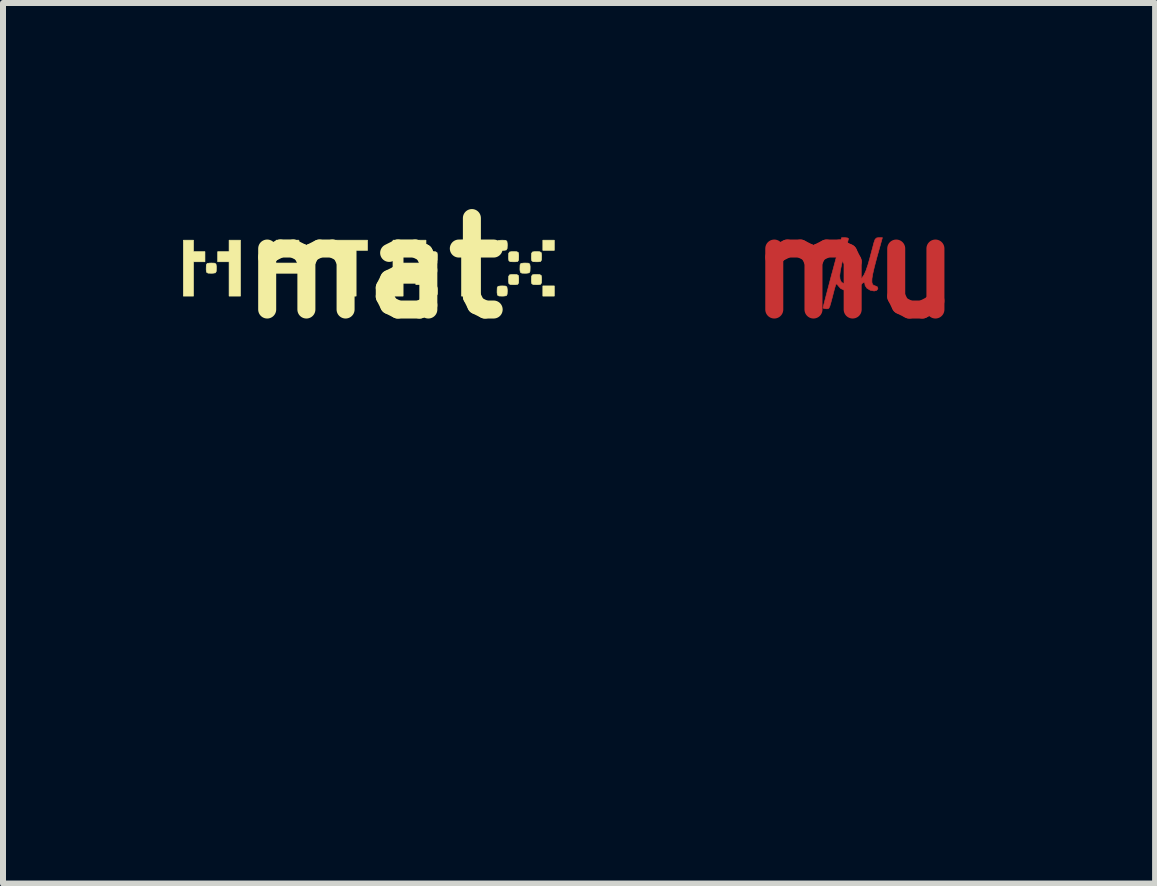
<source format=kicad_pcb>
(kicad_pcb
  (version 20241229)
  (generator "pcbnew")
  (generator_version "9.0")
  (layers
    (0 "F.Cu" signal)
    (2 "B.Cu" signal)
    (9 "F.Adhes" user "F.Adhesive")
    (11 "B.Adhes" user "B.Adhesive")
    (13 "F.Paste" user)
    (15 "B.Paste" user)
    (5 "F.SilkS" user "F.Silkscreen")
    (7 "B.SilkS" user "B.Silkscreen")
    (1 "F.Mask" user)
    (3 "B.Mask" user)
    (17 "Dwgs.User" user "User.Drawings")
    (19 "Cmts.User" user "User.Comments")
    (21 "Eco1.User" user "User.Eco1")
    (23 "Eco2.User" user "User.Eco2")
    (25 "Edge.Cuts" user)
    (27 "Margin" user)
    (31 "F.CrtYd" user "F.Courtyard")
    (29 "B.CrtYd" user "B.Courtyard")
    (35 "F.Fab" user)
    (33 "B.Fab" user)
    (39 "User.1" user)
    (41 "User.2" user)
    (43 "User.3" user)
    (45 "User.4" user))
  (footprint "mu_mask"
    (layer "F.Cu")
    (at 5.523 7.254)
    (property "Reference" "mu_mask" (at 0 0 0) (layer "F.Mask") (effects (font (size 1.524 1.524) (thickness 0.3))))
    (attr through_hole)
    (fp_poly (pts (xy 0.366 -0.175) (xy 0.326 -0.023) (xy 0.299 0.093) (xy 0.285 0.177) (xy 0.284 0.235) (xy 0.295 0.271) (xy 0.318 0.289) (xy 0.333 0.293) (xy 0.374 0.311) (xy 0.384 0.342) (xy 0.364 0.37) (xy 0.322 0.381) (xy 0.256 0.368) (xy 0.201 0.334) (xy 0.171 0.289) (xy 0.169 0.274) (xy 0.163 0.241) (xy 0.143 0.239) (xy 0.103 0.27) (xy 0.077 0.296) (xy 0.002 0.35) (xy -0.082 0.375) (xy -0.165 0.372) (xy -0.235 0.34) (xy -0.268 0.304) (xy -0.295 0.271) (xy -0.311 0.262) (xy -0.321 0.286) (xy -0.337 0.338) (xy -0.352 0.395) (xy -0.381 0.507) (xy -0.402 0.585) (xy -0.417 0.635) (xy -0.43 0.662) (xy -0.444 0.675) (xy -0.461 0.677) (xy -0.477 0.677) (xy -0.517 0.672) (xy -0.53 0.661) (xy -0.525 0.638) (xy -0.51 0.578) (xy -0.487 0.489) (xy -0.457 0.374) (xy -0.422 0.241) (xy -0.383 0.092) (xy -0.376 0.069) (xy -0.222 -0.507) (xy -0.164 -0.508) (xy -0.122 -0.503) (xy -0.106 -0.492) (xy -0.112 -0.467) (xy -0.126 -0.409) (xy -0.149 -0.327) (xy -0.176 -0.229) (xy -0.18 -0.213) (xy -0.219 -0.068) (xy -0.242 0.044) (xy -0.252 0.126) (xy -0.247 0.185) (xy -0.228 0.226) (xy -0.215 0.24) (xy -0.153 0.271) (xy -0.074 0.275) (xy 0.007 0.253) (xy 0.063 0.22) (xy 0.111 0.172) (xy 0.151 0.116) (xy 0.185 0.042) (xy 0.219 -0.059) (xy 0.247 -0.157) (xy 0.272 -0.253) (xy 0.296 -0.342) (xy 0.314 -0.411) (xy 0.319 -0.429) (xy 0.338 -0.481) (xy 0.364 -0.504) (xy 0.4 -0.508) (xy 0.459 -0.508) (xy 0.366 -0.175)) (stroke (width 0.01) (type solid)) (fill yes) (layer "F.Mask")))
  (footprint "mu"
    (layer "F.Cu")
    (at 11.194 1.418)
    (property "Reference" "mu" (at 0 0 0) (layer "F.Cu") (effects (font (size 1.524 1.524) (thickness 0.3))))
    (attr through_hole)
    (fp_poly (pts (xy 0.366 -0.175) (xy 0.326 -0.023) (xy 0.299 0.093) (xy 0.285 0.177) (xy 0.284 0.235) (xy 0.295 0.271) (xy 0.318 0.289) (xy 0.333 0.293) (xy 0.374 0.311) (xy 0.384 0.342) (xy 0.364 0.37) (xy 0.322 0.381) (xy 0.256 0.368) (xy 0.201 0.334) (xy 0.171 0.289) (xy 0.169 0.274) (xy 0.163 0.241) (xy 0.143 0.239) (xy 0.103 0.27) (xy 0.077 0.296) (xy 0.002 0.35) (xy -0.082 0.375) (xy -0.165 0.372) (xy -0.235 0.34) (xy -0.268 0.304) (xy -0.295 0.271) (xy -0.311 0.262) (xy -0.321 0.286) (xy -0.337 0.338) (xy -0.352 0.395) (xy -0.381 0.507) (xy -0.402 0.585) (xy -0.417 0.635) (xy -0.43 0.662) (xy -0.444 0.675) (xy -0.461 0.677) (xy -0.477 0.677) (xy -0.517 0.672) (xy -0.53 0.661) (xy -0.525 0.638) (xy -0.51 0.578) (xy -0.487 0.489) (xy -0.457 0.374) (xy -0.422 0.241) (xy -0.383 0.092) (xy -0.376 0.069) (xy -0.222 -0.507) (xy -0.164 -0.508) (xy -0.122 -0.503) (xy -0.106 -0.492) (xy -0.112 -0.467) (xy -0.126 -0.409) (xy -0.149 -0.327) (xy -0.176 -0.229) (xy -0.18 -0.213) (xy -0.219 -0.068) (xy -0.242 0.044) (xy -0.252 0.126) (xy -0.247 0.185) (xy -0.228 0.226) (xy -0.215 0.24) (xy -0.153 0.271) (xy -0.074 0.275) (xy 0.007 0.253) (xy 0.063 0.22) (xy 0.111 0.172) (xy 0.151 0.116) (xy 0.185 0.042) (xy 0.219 -0.059) (xy 0.247 -0.157) (xy 0.272 -0.253) (xy 0.296 -0.342) (xy 0.314 -0.411) (xy 0.319 -0.429) (xy 0.338 -0.481) (xy 0.364 -0.504) (xy 0.4 -0.508) (xy 0.459 -0.508) (xy 0.366 -0.175)) (stroke (width 0.01) (type solid)) (fill yes) (layer "F.Cu")))
  (footprint "mat"
    (layer "F.Cu")
    (at 3.18 1.418)
    (property "Reference" "mat" (at 0 0 0) (layer "F.SilkS") (effects (font (size 1.524 1.524) (thickness 0.3))))
    (attr through_hole)
    (fp_poly (pts (xy -1.249 -0.296) (xy -1.63 -0.296) (xy -1.63 -0.466) (xy -1.249 -0.466) (xy -1.249 -0.296)) (stroke (width 0.01) (type solid)) (fill yes) (layer "F.SilkS"))
    (fp_poly (pts (xy 1.651 0.466) (xy 1.46 0.466) (xy 1.46 -0.466) (xy 1.651 -0.466) (xy 1.651 0.466)) (stroke (width 0.01) (type solid)) (fill yes) (layer "F.SilkS"))
    (fp_poly (pts (xy 3.006 -0.296) (xy 2.815 -0.296) (xy 2.815 -0.466) (xy 3.006 -0.466) (xy 3.006 -0.296)) (stroke (width 0.01) (type solid)) (fill yes) (layer "F.SilkS"))
    (fp_poly (pts (xy 3.006 0.466) (xy 2.815 0.466) (xy 2.815 0.296) (xy 3.006 0.296) (xy 3.006 0.466)) (stroke (width 0.01) (type solid)) (fill yes) (layer "F.SilkS"))
    (fp_poly (pts (xy -3.006 -0.275) (xy -2.815 -0.275) (xy -2.815 -0.106) (xy -3.006 -0.106) (xy -3.006 0.466) (xy -3.175 0.466) (xy -3.175 -0.466) (xy -3.006 -0.466) (xy -3.006 -0.275)) (stroke (width 0.01) (type solid)) (fill yes) (layer "F.SilkS"))
    (fp_poly (pts (xy -2.223 0.466) (xy -2.413 0.466) (xy -2.413 -0.106) (xy -2.603 -0.106) (xy -2.603 -0.275) (xy -2.413 -0.275) (xy -2.413 -0.466) (xy -2.223 -0.466) (xy -2.223 0.466)) (stroke (width 0.01) (type solid)) (fill yes) (layer "F.SilkS"))
    (fp_poly (pts (xy -0.106 -0.296) (xy -0.296 -0.296) (xy -0.296 0.466) (xy -0.466 0.466) (xy -0.466 -0.296) (xy -0.656 -0.296) (xy -0.656 -0.466) (xy -0.106 -0.466) (xy -0.106 -0.296)) (stroke (width 0.01) (type solid)) (fill yes) (layer "F.SilkS"))
    (fp_poly (pts (xy -1.651 -0.085) (xy -1.228 -0.085) (xy -1.228 -0.275) (xy -1.058 -0.275) (xy -1.058 0.466) (xy -1.228 0.466) (xy -1.228 0.085) (xy -1.651 0.085) (xy -1.651 0.466) (xy -1.82 0.466) (xy -1.82 -0.275) (xy -1.651 -0.275) (xy -1.651 -0.085)) (stroke (width 0.01) (type solid)) (fill yes) (layer "F.SilkS"))
    (fp_poly (pts (xy 0.868 -0.296) (xy 0.487 -0.296) (xy 0.487 -0.085) (xy 0.868 -0.085) (xy 0.868 0.275) (xy 0.699 0.275) (xy 0.699 0.085) (xy 0.487 0.085) (xy 0.487 0.466) (xy 0.318 0.466) (xy 0.318 -0.466) (xy 0.868 -0.466) (xy 0.868 -0.296)) (stroke (width 0.01) (type solid)) (fill yes) (layer "F.SilkS"))
    (fp_poly (pts (xy -2.655 -0.083) (xy -2.631 -0.068) (xy -2.625 -0.03) (xy -2.625 0) (xy -2.627 0.054) (xy -2.641 0.078) (xy -2.68 0.084) (xy -2.709 0.085) (xy -2.764 0.083) (xy -2.788 0.068) (xy -2.794 0.03) (xy -2.794 0) (xy -2.792 -0.054) (xy -2.778 -0.078) (xy -2.739 -0.084) (xy -2.709 -0.085) (xy -2.655 -0.083)) (stroke (width 0.01) (type solid)) (fill yes) (layer "F.SilkS"))
    (fp_poly (pts (xy 1.028 -0.273) (xy 1.052 -0.259) (xy 1.058 -0.22) (xy 1.058 -0.191) (xy 1.056 -0.136) (xy 1.042 -0.112) (xy 1.003 -0.106) (xy 0.974 -0.106) (xy 0.919 -0.108) (xy 0.895 -0.122) (xy 0.889 -0.161) (xy 0.889 -0.191) (xy 0.891 -0.245) (xy 0.905 -0.269) (xy 0.944 -0.275) (xy 0.974 -0.275) (xy 1.028 -0.273)) (stroke (width 0.01) (type solid)) (fill yes) (layer "F.SilkS"))
    (fp_poly (pts (xy 1.028 0.298) (xy 1.052 0.313) (xy 1.058 0.351) (xy 1.058 0.381) (xy 1.056 0.435) (xy 1.042 0.459) (xy 1.003 0.465) (xy 0.974 0.466) (xy 0.919 0.464) (xy 0.895 0.449) (xy 0.889 0.411) (xy 0.889 0.381) (xy 0.891 0.327) (xy 0.905 0.303) (xy 0.944 0.297) (xy 0.974 0.296) (xy 1.028 0.298)) (stroke (width 0.01) (type solid)) (fill yes) (layer "F.SilkS"))
    (fp_poly (pts (xy 2.192 -0.464) (xy 2.216 -0.449) (xy 2.222 -0.411) (xy 2.223 -0.381) (xy 2.22 -0.327) (xy 2.206 -0.303) (xy 2.168 -0.297) (xy 2.138 -0.296) (xy 2.084 -0.298) (xy 2.06 -0.313) (xy 2.053 -0.351) (xy 2.053 -0.381) (xy 2.055 -0.435) (xy 2.069 -0.459) (xy 2.108 -0.465) (xy 2.138 -0.466) (xy 2.192 -0.464)) (stroke (width 0.01) (type solid)) (fill yes) (layer "F.SilkS"))
    (fp_poly (pts (xy 2.192 0.298) (xy 2.216 0.313) (xy 2.222 0.351) (xy 2.223 0.381) (xy 2.22 0.435) (xy 2.206 0.459) (xy 2.168 0.465) (xy 2.138 0.466) (xy 2.084 0.464) (xy 2.06 0.449) (xy 2.053 0.411) (xy 2.053 0.381) (xy 2.055 0.327) (xy 2.069 0.303) (xy 2.108 0.297) (xy 2.138 0.296) (xy 2.192 0.298)) (stroke (width 0.01) (type solid)) (fill yes) (layer "F.SilkS"))
    (fp_poly (pts (xy 2.383 -0.273) (xy 2.407 -0.259) (xy 2.413 -0.22) (xy 2.413 -0.191) (xy 2.411 -0.136) (xy 2.397 -0.112) (xy 2.358 -0.106) (xy 2.328 -0.106) (xy 2.274 -0.108) (xy 2.25 -0.122) (xy 2.244 -0.161) (xy 2.244 -0.191) (xy 2.246 -0.245) (xy 2.26 -0.269) (xy 2.299 -0.275) (xy 2.328 -0.275) (xy 2.383 -0.273)) (stroke (width 0.01) (type solid)) (fill yes) (layer "F.SilkS"))
    (fp_poly (pts (xy 2.383 0.108) (xy 2.407 0.122) (xy 2.413 0.161) (xy 2.413 0.191) (xy 2.411 0.245) (xy 2.397 0.269) (xy 2.358 0.275) (xy 2.328 0.275) (xy 2.274 0.273) (xy 2.25 0.259) (xy 2.244 0.22) (xy 2.244 0.191) (xy 2.246 0.136) (xy 2.26 0.112) (xy 2.299 0.106) (xy 2.328 0.106) (xy 2.383 0.108)) (stroke (width 0.01) (type solid)) (fill yes) (layer "F.SilkS"))
    (fp_poly (pts (xy 2.573 -0.083) (xy 2.597 -0.068) (xy 2.603 -0.03) (xy 2.603 0) (xy 2.601 0.054) (xy 2.587 0.078) (xy 2.549 0.084) (xy 2.519 0.085) (xy 2.465 0.083) (xy 2.441 0.068) (xy 2.434 0.03) (xy 2.434 0) (xy 2.436 -0.054) (xy 2.45 -0.078) (xy 2.489 -0.084) (xy 2.519 -0.085) (xy 2.573 -0.083)) (stroke (width 0.01) (type solid)) (fill yes) (layer "F.SilkS"))
    (fp_poly (pts (xy 2.764 -0.273) (xy 2.788 -0.259) (xy 2.794 -0.22) (xy 2.794 -0.191) (xy 2.792 -0.136) (xy 2.778 -0.112) (xy 2.739 -0.106) (xy 2.709 -0.106) (xy 2.655 -0.108) (xy 2.631 -0.122) (xy 2.625 -0.161) (xy 2.625 -0.191) (xy 2.627 -0.245) (xy 2.641 -0.269) (xy 2.68 -0.275) (xy 2.709 -0.275) (xy 2.764 -0.273)) (stroke (width 0.01) (type solid)) (fill yes) (layer "F.SilkS"))
    (fp_poly (pts (xy 2.764 0.108) (xy 2.788 0.122) (xy 2.794 0.161) (xy 2.794 0.191) (xy 2.792 0.245) (xy 2.778 0.269) (xy 2.739 0.275) (xy 2.709 0.275) (xy 2.655 0.273) (xy 2.631 0.259) (xy 2.625 0.22) (xy 2.625 0.191) (xy 2.627 0.136) (xy 2.641 0.112) (xy 2.68 0.106) (xy 2.709 0.106) (xy 2.764 0.108)) (stroke (width 0.01) (type solid)) (fill yes) (layer "F.SilkS")))
  (gr_rect
    (start -3 -3)
    (end 16.197 11.672)
    (stroke (width 0.1) (type default))
    (fill no)
    (layer "Edge.Cuts")))
</source>
